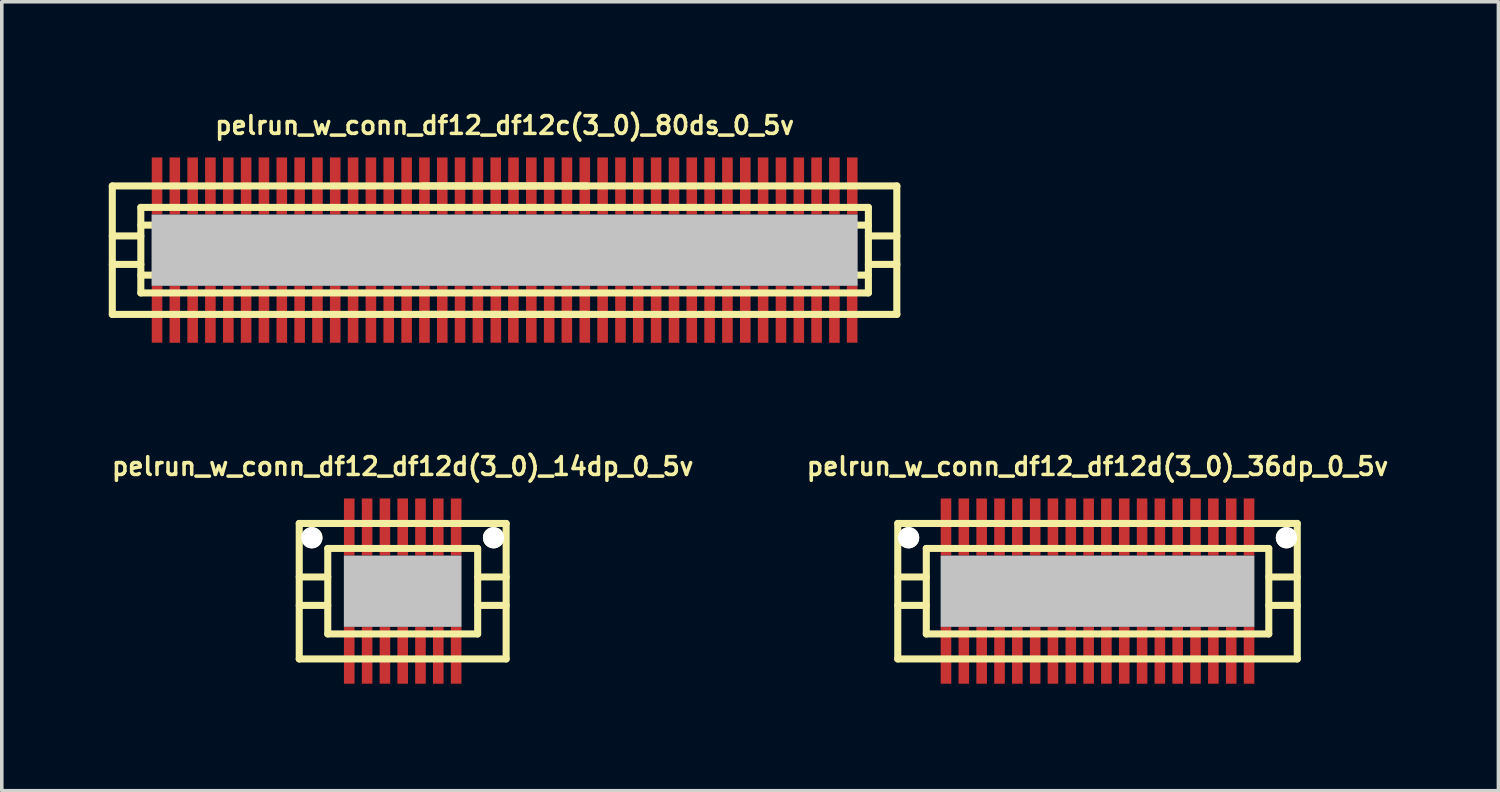
<source format=kicad_pcb>
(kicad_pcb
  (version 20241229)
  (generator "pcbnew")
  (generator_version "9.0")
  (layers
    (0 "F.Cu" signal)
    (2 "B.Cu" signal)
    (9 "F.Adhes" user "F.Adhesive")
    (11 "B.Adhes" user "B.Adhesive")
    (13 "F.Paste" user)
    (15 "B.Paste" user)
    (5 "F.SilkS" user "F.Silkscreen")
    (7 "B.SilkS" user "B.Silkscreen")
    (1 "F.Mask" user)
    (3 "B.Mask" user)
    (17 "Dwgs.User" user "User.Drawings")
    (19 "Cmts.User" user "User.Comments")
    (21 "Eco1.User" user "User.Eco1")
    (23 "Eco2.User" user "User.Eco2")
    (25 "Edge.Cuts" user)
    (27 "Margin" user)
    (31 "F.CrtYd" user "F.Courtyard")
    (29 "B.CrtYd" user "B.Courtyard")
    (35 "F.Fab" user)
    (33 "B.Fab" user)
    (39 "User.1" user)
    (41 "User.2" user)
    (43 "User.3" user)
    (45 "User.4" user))
  (footprint "pelrun_w_conn_df12_df12d(3_0)_14dp_0_5v"
    (layer "F.Cu")
    (at 8.242 13.528)
    (property "Reference" "pelrun_w_conn_df12_df12d(3_0)_14dp_0_5v" (at 0 -3.5 0) (layer "F.SilkS") (effects (font (size 0.498 0.498) (thickness 0.099))))
    (attr through_hole)
    (fp_line (start -2.901 -1.9) (end -2.901 1.9) (stroke (width 0.198) (type solid)) (layer "F.SilkS"))
    (fp_line (start -2.901 -1.9) (end 2.901 -1.9) (stroke (width 0.198) (type solid)) (layer "F.SilkS"))
    (fp_line (start -2.101 -0.399) (end -2.901 -0.399) (stroke (width 0.198) (type solid)) (layer "F.SilkS"))
    (fp_line (start -2.101 0.399) (end -2.901 0.399) (stroke (width 0.198) (type solid)) (layer "F.SilkS"))
    (fp_line (start -2.101 1.199) (end -2.101 -1.199) (stroke (width 0.198) (type solid)) (layer "F.SilkS"))
    (fp_line (start -2.101 1.199) (end 2.101 1.199) (stroke (width 0.198) (type solid)) (layer "F.SilkS"))
    (fp_line (start 2.101 -1.199) (end -2.101 -1.199) (stroke (width 0.198) (type solid)) (layer "F.SilkS"))
    (fp_line (start 2.103 -1.199) (end 2.103 1.199) (stroke (width 0.198) (type solid)) (layer "F.SilkS"))
    (fp_line (start 2.103 -0.399) (end 2.903 -0.399) (stroke (width 0.198) (type solid)) (layer "F.SilkS"))
    (fp_line (start 2.901 1.9) (end -2.901 1.9) (stroke (width 0.198) (type solid)) (layer "F.SilkS"))
    (fp_line (start 2.901 1.9) (end 2.901 -1.9) (stroke (width 0.198) (type solid)) (layer "F.SilkS"))
    (fp_line (start 2.903 0.399) (end 2.103 0.399) (stroke (width 0.198) (type solid)) (layer "F.SilkS"))
    (pad "" np_thru_hole circle (at -2.548 -1.499) (size 0.597 0.597) (drill 0.597) (layers "*.Cu" "*.Mask" "F.SilkS"))
    (pad "" smd rect (at 0 0) (size 3.299 1.999) (layers "Dwgs.User"))
    (pad "" np_thru_hole circle (at 2.548 -1.499) (size 0.597 0.597) (drill 0.597) (layers "*.Cu" "*.Mask" "F.SilkS"))
    (pad "1" smd rect (at 1.499 1.796) (size 0.297 1.598) (layers "F.Cu" "F.Mask" "F.Paste"))
    (pad "2" smd rect (at 0.998 1.796) (size 0.297 1.598) (layers "F.Cu" "F.Mask" "F.Paste"))
    (pad "3" smd rect (at 0.498 1.796) (size 0.297 1.598) (layers "F.Cu" "F.Mask" "F.Paste"))
    (pad "4" smd rect (at 0 1.796) (size 0.297 1.598) (layers "F.Cu" "F.Mask" "F.Paste"))
    (pad "5" smd rect (at -0.498 1.796) (size 0.297 1.598) (layers "F.Cu" "F.Mask" "F.Paste"))
    (pad "6" smd rect (at -0.998 1.796) (size 0.297 1.598) (layers "F.Cu" "F.Mask" "F.Paste"))
    (pad "7" smd rect (at -1.499 1.796) (size 0.297 1.598) (layers "F.Cu" "F.Mask" "F.Paste"))
    (pad "8" smd rect (at -1.499 -1.801) (size 0.297 1.598) (layers "F.Cu" "F.Mask" "F.Paste"))
    (pad "9" smd rect (at -0.998 -1.801) (size 0.297 1.598) (layers "F.Cu" "F.Mask" "F.Paste"))
    (pad "10" smd rect (at -0.498 -1.801) (size 0.297 1.598) (layers "F.Cu" "F.Mask" "F.Paste"))
    (pad "11" smd rect (at 0 -1.801) (size 0.297 1.598) (layers "F.Cu" "F.Mask" "F.Paste"))
    (pad "12" smd rect (at 0.498 -1.801) (size 0.297 1.598) (layers "F.Cu" "F.Mask" "F.Paste"))
    (pad "13" smd rect (at 0.998 -1.801) (size 0.297 1.598) (layers "F.Cu" "F.Mask" "F.Paste"))
    (pad "14" smd rect (at 1.499 -1.801) (size 0.297 1.598) (layers "F.Cu" "F.Mask" "F.Paste")))
  (footprint "pelrun_w_conn_df12_df12d(3_0)_36dp_0_5v"
    (layer "F.Cu")
    (at 27.726 13.528)
    (property "Reference" "pelrun_w_conn_df12_df12d(3_0)_36dp_0_5v" (at 0 -3.5 0) (layer "F.SilkS") (effects (font (size 0.498 0.498) (thickness 0.099))))
    (attr through_hole)
    (fp_line (start -5.601 -1.9) (end -5.601 1.9) (stroke (width 0.198) (type solid)) (layer "F.SilkS"))
    (fp_line (start -5.601 -1.9) (end 5.601 -1.9) (stroke (width 0.198) (type solid)) (layer "F.SilkS"))
    (fp_line (start -4.801 -0.399) (end -5.601 -0.399) (stroke (width 0.198) (type solid)) (layer "F.SilkS"))
    (fp_line (start -4.801 0.399) (end -5.601 0.399) (stroke (width 0.198) (type solid)) (layer "F.SilkS"))
    (fp_line (start -4.801 1.199) (end -4.801 -1.199) (stroke (width 0.198) (type solid)) (layer "F.SilkS"))
    (fp_line (start -4.801 1.199) (end 4.801 1.199) (stroke (width 0.198) (type solid)) (layer "F.SilkS"))
    (fp_line (start 4.801 -1.199) (end -4.801 -1.199) (stroke (width 0.198) (type solid)) (layer "F.SilkS"))
    (fp_line (start 4.803 -1.199) (end 4.803 1.199) (stroke (width 0.198) (type solid)) (layer "F.SilkS"))
    (fp_line (start 4.803 -0.399) (end 5.603 -0.399) (stroke (width 0.198) (type solid)) (layer "F.SilkS"))
    (fp_line (start 5.601 1.9) (end -5.601 1.9) (stroke (width 0.198) (type solid)) (layer "F.SilkS"))
    (fp_line (start 5.601 1.9) (end 5.601 -1.9) (stroke (width 0.198) (type solid)) (layer "F.SilkS"))
    (fp_line (start 5.603 0.399) (end 4.803 0.399) (stroke (width 0.198) (type solid)) (layer "F.SilkS"))
    (pad "" np_thru_hole circle (at -5.298 -1.499) (size 0.597 0.597) (drill 0.597) (layers "*.Cu" "*.Mask" "F.SilkS"))
    (pad "" smd rect (at 0 0) (size 8.799 1.999) (layers "Dwgs.User"))
    (pad "" np_thru_hole circle (at 5.298 -1.499) (size 0.597 0.597) (drill 0.597) (layers "*.Cu" "*.Mask" "F.SilkS"))
    (pad "1" smd rect (at 4.249 1.796) (size 0.297 1.598) (layers "F.Cu" "F.Mask" "F.Paste"))
    (pad "2" smd rect (at 3.749 1.796) (size 0.297 1.598) (layers "F.Cu" "F.Mask" "F.Paste"))
    (pad "3" smd rect (at 3.249 1.796) (size 0.297 1.598) (layers "F.Cu" "F.Mask" "F.Paste"))
    (pad "4" smd rect (at 2.748 1.796) (size 0.297 1.598) (layers "F.Cu" "F.Mask" "F.Paste"))
    (pad "5" smd rect (at 2.248 1.796) (size 0.297 1.598) (layers "F.Cu" "F.Mask" "F.Paste"))
    (pad "6" smd rect (at 1.748 1.796) (size 0.297 1.598) (layers "F.Cu" "F.Mask" "F.Paste"))
    (pad "7" smd rect (at 1.25 1.796) (size 0.297 1.598) (layers "F.Cu" "F.Mask" "F.Paste"))
    (pad "8" smd rect (at 0.749 1.796) (size 0.297 1.598) (layers "F.Cu" "F.Mask" "F.Paste"))
    (pad "9" smd rect (at 0.249 1.796) (size 0.297 1.598) (layers "F.Cu" "F.Mask" "F.Paste"))
    (pad "10" smd rect (at -0.249 1.796) (size 0.297 1.598) (layers "F.Cu" "F.Mask" "F.Paste"))
    (pad "11" smd rect (at -0.749 1.796) (size 0.297 1.598) (layers "F.Cu" "F.Mask" "F.Paste"))
    (pad "12" smd rect (at -1.25 1.796) (size 0.297 1.598) (layers "F.Cu" "F.Mask" "F.Paste"))
    (pad "13" smd rect (at -1.748 1.796) (size 0.297 1.598) (layers "F.Cu" "F.Mask" "F.Paste"))
    (pad "14" smd rect (at -2.248 1.796) (size 0.297 1.598) (layers "F.Cu" "F.Mask" "F.Paste"))
    (pad "15" smd rect (at -2.748 1.796) (size 0.297 1.598) (layers "F.Cu" "F.Mask" "F.Paste"))
    (pad "16" smd rect (at -3.249 1.796) (size 0.297 1.598) (layers "F.Cu" "F.Mask" "F.Paste"))
    (pad "17" smd rect (at -3.749 1.796) (size 0.297 1.598) (layers "F.Cu" "F.Mask" "F.Paste"))
    (pad "18" smd rect (at -4.249 1.796) (size 0.297 1.598) (layers "F.Cu" "F.Mask" "F.Paste"))
    (pad "19" smd rect (at -4.249 -1.801) (size 0.297 1.598) (layers "F.Cu" "F.Mask" "F.Paste"))
    (pad "20" smd rect (at -3.749 -1.801) (size 0.297 1.598) (layers "F.Cu" "F.Mask" "F.Paste"))
    (pad "21" smd rect (at -3.249 -1.801) (size 0.297 1.598) (layers "F.Cu" "F.Mask" "F.Paste"))
    (pad "22" smd rect (at -2.748 -1.801) (size 0.297 1.598) (layers "F.Cu" "F.Mask" "F.Paste"))
    (pad "23" smd rect (at -2.248 -1.801) (size 0.297 1.598) (layers "F.Cu" "F.Mask" "F.Paste"))
    (pad "24" smd rect (at -1.748 -1.801) (size 0.297 1.598) (layers "F.Cu" "F.Mask" "F.Paste"))
    (pad "25" smd rect (at -1.25 -1.801) (size 0.297 1.598) (layers "F.Cu" "F.Mask" "F.Paste"))
    (pad "26" smd rect (at -0.749 -1.801) (size 0.297 1.598) (layers "F.Cu" "F.Mask" "F.Paste"))
    (pad "27" smd rect (at -0.249 -1.801) (size 0.297 1.598) (layers "F.Cu" "F.Mask" "F.Paste"))
    (pad "28" smd rect (at 0.249 -1.801) (size 0.297 1.598) (layers "F.Cu" "F.Mask" "F.Paste"))
    (pad "29" smd rect (at 0.749 -1.801) (size 0.297 1.598) (layers "F.Cu" "F.Mask" "F.Paste"))
    (pad "30" smd rect (at 1.25 -1.801) (size 0.297 1.598) (layers "F.Cu" "F.Mask" "F.Paste"))
    (pad "31" smd rect (at 1.748 -1.801) (size 0.297 1.598) (layers "F.Cu" "F.Mask" "F.Paste"))
    (pad "32" smd rect (at 2.248 -1.801) (size 0.297 1.598) (layers "F.Cu" "F.Mask" "F.Paste"))
    (pad "33" smd rect (at 2.748 -1.801) (size 0.297 1.598) (layers "F.Cu" "F.Mask" "F.Paste"))
    (pad "34" smd rect (at 3.249 -1.801) (size 0.297 1.598) (layers "F.Cu" "F.Mask" "F.Paste"))
    (pad "35" smd rect (at 3.749 -1.801) (size 0.297 1.598) (layers "F.Cu" "F.Mask" "F.Paste"))
    (pad "36" smd rect (at 4.249 -1.801) (size 0.297 1.598) (layers "F.Cu" "F.Mask" "F.Paste")))
  (footprint "pelrun_w_conn_df12_df12c(3_0)_80ds_0_5v"
    (layer "F.Cu")
    (at 11.1 3.965)
    (property "Reference" "pelrun_w_conn_df12_df12c(3_0)_80ds_0_5v" (at 0 -3.5 0) (layer "F.SilkS") (effects (font (size 0.498 0.498) (thickness 0.099))))
    (attr through_hole)
    (fp_line (start -11.001 -1.801) (end 11.001 -1.801) (stroke (width 0.198) (type solid)) (layer "F.SilkS"))
    (fp_line (start -11.001 1.801) (end -11.001 -1.801) (stroke (width 0.198) (type solid)) (layer "F.SilkS"))
    (fp_line (start -10.201 -0.399) (end -11.001 -0.399) (stroke (width 0.198) (type solid)) (layer "F.SilkS"))
    (fp_line (start -10.201 0.399) (end -11.001 0.399) (stroke (width 0.198) (type solid)) (layer "F.SilkS"))
    (fp_line (start -10.201 0.701) (end 10.201 0.701) (stroke (width 0.198) (type solid)) (layer "F.SilkS"))
    (fp_line (start -10.201 1.199) (end -10.201 -1.199) (stroke (width 0.198) (type solid)) (layer "F.SilkS"))
    (fp_line (start -10.201 1.199) (end 10.201 1.199) (stroke (width 0.198) (type solid)) (layer "F.SilkS"))
    (fp_line (start -2.301 -1.801) (end 2.301 -1.801) (stroke (width 0.198) (type solid)) (layer "F.SilkS"))
    (fp_line (start 2.301 1.801) (end -2.301 1.801) (stroke (width 0.198) (type solid)) (layer "F.SilkS"))
    (fp_line (start 10.201 -1.199) (end -10.201 -1.199) (stroke (width 0.198) (type solid)) (layer "F.SilkS"))
    (fp_line (start 10.201 -1.199) (end 10.201 1.199) (stroke (width 0.198) (type solid)) (layer "F.SilkS"))
    (fp_line (start 10.201 -0.701) (end -10.201 -0.701) (stroke (width 0.198) (type solid)) (layer "F.SilkS"))
    (fp_line (start 10.201 -0.399) (end 11.001 -0.399) (stroke (width 0.198) (type solid)) (layer "F.SilkS"))
    (fp_line (start 10.998 -1.801) (end 10.998 1.801) (stroke (width 0.198) (type solid)) (layer "F.SilkS"))
    (fp_line (start 11.001 0.399) (end 10.201 0.399) (stroke (width 0.198) (type solid)) (layer "F.SilkS"))
    (fp_line (start 11.001 1.801) (end -11.001 1.801) (stroke (width 0.198) (type solid)) (layer "F.SilkS"))
    (pad "" smd rect (at 0 0) (size 19.799 1.999) (layers "Dwgs.User"))
    (pad "1" smd rect (at -9.746 1.796) (size 0.297 1.598) (layers "F.Cu" "F.Mask" "F.Paste"))
    (pad "2" smd rect (at -9.248 1.798) (size 0.297 1.598) (layers "F.Cu" "F.Mask" "F.Paste"))
    (pad "3" smd rect (at -8.748 1.798) (size 0.297 1.598) (layers "F.Cu" "F.Mask" "F.Paste"))
    (pad "4" smd rect (at -8.25 1.798) (size 0.297 1.598) (layers "F.Cu" "F.Mask" "F.Paste"))
    (pad "5" smd rect (at -7.747 1.796) (size 0.297 1.598) (layers "F.Cu" "F.Mask" "F.Paste"))
    (pad "6" smd rect (at -7.249 1.796) (size 0.297 1.598) (layers "F.Cu" "F.Mask" "F.Paste"))
    (pad "7" smd rect (at -6.749 1.798) (size 0.297 1.598) (layers "F.Cu" "F.Mask" "F.Paste"))
    (pad "8" smd rect (at -6.248 1.798) (size 0.297 1.598) (layers "F.Cu" "F.Mask" "F.Paste"))
    (pad "9" smd rect (at -5.748 1.798) (size 0.297 1.598) (layers "F.Cu" "F.Mask" "F.Paste"))
    (pad "10" smd rect (at -5.248 1.798) (size 0.297 1.598) (layers "F.Cu" "F.Mask" "F.Paste"))
    (pad "11" smd rect (at -4.75 1.796) (size 0.297 1.598) (layers "F.Cu" "F.Mask" "F.Paste"))
    (pad "12" smd rect (at -4.249 1.798) (size 0.297 1.598) (layers "F.Cu" "F.Mask" "F.Paste"))
    (pad "13" smd rect (at -3.749 1.798) (size 0.297 1.598) (layers "F.Cu" "F.Mask" "F.Paste"))
    (pad "14" smd rect (at -3.249 1.798) (size 0.297 1.598) (layers "F.Cu" "F.Mask" "F.Paste"))
    (pad "15" smd rect (at -2.748 1.796) (size 0.297 1.598) (layers "F.Cu" "F.Mask" "F.Paste"))
    (pad "16" smd rect (at -2.248 1.798) (size 0.297 1.598) (layers "F.Cu" "F.Mask" "F.Paste"))
    (pad "17" smd rect (at -1.748 1.798) (size 0.297 1.598) (layers "F.Cu" "F.Mask" "F.Paste"))
    (pad "18" smd rect (at -1.25 1.798) (size 0.297 1.598) (layers "F.Cu" "F.Mask" "F.Paste"))
    (pad "19" smd rect (at -0.749 1.798) (size 0.297 1.598) (layers "F.Cu" "F.Mask" "F.Paste"))
    (pad "20" smd rect (at -0.246 1.796) (size 0.297 1.598) (layers "F.Cu" "F.Mask" "F.Paste"))
    (pad "21" smd rect (at 0.246 1.796) (size 0.297 1.598) (layers "F.Cu" "F.Mask" "F.Paste"))
    (pad "22" smd rect (at 0.749 1.796) (size 0.297 1.598) (layers "F.Cu" "F.Mask" "F.Paste"))
    (pad "23" smd rect (at 1.25 1.796) (size 0.297 1.598) (layers "F.Cu" "F.Mask" "F.Paste"))
    (pad "24" smd rect (at 1.745 1.796) (size 0.297 1.598) (layers "F.Cu" "F.Mask" "F.Paste"))
    (pad "25" smd rect (at 2.248 1.796) (size 0.297 1.598) (layers "F.Cu" "F.Mask" "F.Paste"))
    (pad "26" smd rect (at 2.748 1.796) (size 0.297 1.598) (layers "F.Cu" "F.Mask" "F.Paste"))
    (pad "27" smd rect (at 3.249 1.796) (size 0.297 1.598) (layers "F.Cu" "F.Mask" "F.Paste"))
    (pad "28" smd rect (at 3.747 1.796) (size 0.297 1.598) (layers "F.Cu" "F.Mask" "F.Paste"))
    (pad "29" smd rect (at 4.249 1.798) (size 0.297 1.598) (layers "F.Cu" "F.Mask" "F.Paste"))
    (pad "30" smd rect (at 4.75 1.798) (size 0.297 1.598) (layers "F.Cu" "F.Mask" "F.Paste"))
    (pad "31" smd rect (at 5.248 1.798) (size 0.297 1.598) (layers "F.Cu" "F.Mask" "F.Paste"))
    (pad "32" smd rect (at 5.748 1.798) (size 0.297 1.598) (layers "F.Cu" "F.Mask" "F.Paste"))
    (pad "33" smd rect (at 6.248 1.798) (size 0.297 1.598) (layers "F.Cu" "F.Mask" "F.Paste"))
    (pad "34" smd rect (at 6.749 1.796) (size 0.297 1.598) (layers "F.Cu" "F.Mask" "F.Paste"))
    (pad "35" smd rect (at 7.249 1.798) (size 0.297 1.598) (layers "F.Cu" "F.Mask" "F.Paste"))
    (pad "36" smd rect (at 7.75 1.798) (size 0.297 1.598) (layers "F.Cu" "F.Mask" "F.Paste"))
    (pad "37" smd rect (at 8.25 1.798) (size 0.297 1.598) (layers "F.Cu" "F.Mask" "F.Paste"))
    (pad "38" smd rect (at 8.748 1.798) (size 0.297 1.598) (layers "F.Cu" "F.Mask" "F.Paste"))
    (pad "39" smd rect (at 9.248 1.798) (size 0.297 1.598) (layers "F.Cu" "F.Mask" "F.Paste"))
    (pad "40" smd rect (at 9.746 1.796) (size 0.297 1.598) (layers "F.Cu" "F.Mask" "F.Paste"))
    (pad "41" smd rect (at 9.749 -1.801) (size 0.297 1.598) (layers "F.Cu" "F.Mask" "F.Paste"))
    (pad "42" smd rect (at 9.248 -1.801) (size 0.297 1.598) (layers "F.Cu" "F.Mask" "F.Paste"))
    (pad "43" smd rect (at 8.748 -1.801) (size 0.297 1.598) (layers "F.Cu" "F.Mask" "F.Paste"))
    (pad "44" smd rect (at 8.25 -1.801) (size 0.297 1.598) (layers "F.Cu" "F.Mask" "F.Paste"))
    (pad "45" smd rect (at 7.75 -1.801) (size 0.297 1.598) (layers "F.Cu" "F.Mask" "F.Paste"))
    (pad "46" smd rect (at 7.249 -1.801) (size 0.297 1.598) (layers "F.Cu" "F.Mask" "F.Paste"))
    (pad "47" smd rect (at 6.749 -1.801) (size 0.297 1.598) (layers "F.Cu" "F.Mask" "F.Paste"))
    (pad "48" smd rect (at 6.248 -1.801) (size 0.297 1.598) (layers "F.Cu" "F.Mask" "F.Paste"))
    (pad "49" smd rect (at 5.748 -1.801) (size 0.297 1.598) (layers "F.Cu" "F.Mask" "F.Paste"))
    (pad "50" smd rect (at 5.248 -1.801) (size 0.297 1.598) (layers "F.Cu" "F.Mask" "F.Paste"))
    (pad "51" smd rect (at 4.75 -1.801) (size 0.297 1.598) (layers "F.Cu" "F.Mask" "F.Paste"))
    (pad "52" smd rect (at 4.249 -1.801) (size 0.297 1.598) (layers "F.Cu" "F.Mask" "F.Paste"))
    (pad "53" smd rect (at 3.749 -1.801) (size 0.297 1.598) (layers "F.Cu" "F.Mask" "F.Paste"))
    (pad "54" smd rect (at 3.249 -1.801) (size 0.297 1.598) (layers "F.Cu" "F.Mask" "F.Paste"))
    (pad "55" smd rect (at 2.748 -1.801) (size 0.297 1.598) (layers "F.Cu" "F.Mask" "F.Paste"))
    (pad "56" smd rect (at 2.248 -1.801) (size 0.297 1.598) (layers "F.Cu" "F.Mask" "F.Paste"))
    (pad "57" smd rect (at 1.748 -1.801) (size 0.297 1.598) (layers "F.Cu" "F.Mask" "F.Paste"))
    (pad "58" smd rect (at 1.25 -1.801) (size 0.297 1.598) (layers "F.Cu" "F.Mask" "F.Paste"))
    (pad "59" smd rect (at 0.749 -1.801) (size 0.297 1.598) (layers "F.Cu" "F.Mask" "F.Paste"))
    (pad "60" smd rect (at 0.249 -1.801) (size 0.297 1.598) (layers "F.Cu" "F.Mask" "F.Paste"))
    (pad "61" smd rect (at -0.249 -1.801) (size 0.297 1.598) (layers "F.Cu" "F.Mask" "F.Paste"))
    (pad "62" smd rect (at -0.749 -1.801) (size 0.297 1.598) (layers "F.Cu" "F.Mask" "F.Paste"))
    (pad "63" smd rect (at -1.25 -1.801) (size 0.297 1.598) (layers "F.Cu" "F.Mask" "F.Paste"))
    (pad "64" smd rect (at -1.748 -1.801) (size 0.297 1.598) (layers "F.Cu" "F.Mask" "F.Paste"))
    (pad "65" smd rect (at -2.248 -1.801) (size 0.297 1.598) (layers "F.Cu" "F.Mask" "F.Paste"))
    (pad "66" smd rect (at -2.748 -1.801) (size 0.297 1.598) (layers "F.Cu" "F.Mask" "F.Paste"))
    (pad "67" smd rect (at -3.249 -1.801) (size 0.297 1.598) (layers "F.Cu" "F.Mask" "F.Paste"))
    (pad "68" smd rect (at -3.749 -1.801) (size 0.297 1.598) (layers "F.Cu" "F.Mask" "F.Paste"))
    (pad "69" smd rect (at -4.249 -1.801) (size 0.297 1.598) (layers "F.Cu" "F.Mask" "F.Paste"))
    (pad "70" smd rect (at -4.75 -1.801) (size 0.297 1.598) (layers "F.Cu" "F.Mask" "F.Paste"))
    (pad "71" smd rect (at -5.248 -1.801) (size 0.297 1.598) (layers "F.Cu" "F.Mask" "F.Paste"))
    (pad "72" smd rect (at -5.748 -1.801) (size 0.297 1.598) (layers "F.Cu" "F.Mask" "F.Paste"))
    (pad "73" smd rect (at -6.248 -1.801) (size 0.297 1.598) (layers "F.Cu" "F.Mask" "F.Paste"))
    (pad "74" smd rect (at -6.749 -1.801) (size 0.297 1.598) (layers "F.Cu" "F.Mask" "F.Paste"))
    (pad "75" smd rect (at -7.249 -1.801) (size 0.297 1.598) (layers "F.Cu" "F.Mask" "F.Paste"))
    (pad "76" smd rect (at -7.75 -1.801) (size 0.297 1.598) (layers "F.Cu" "F.Mask" "F.Paste"))
    (pad "77" smd rect (at -8.25 -1.801) (size 0.297 1.598) (layers "F.Cu" "F.Mask" "F.Paste"))
    (pad "78" smd rect (at -8.748 -1.801) (size 0.297 1.598) (layers "F.Cu" "F.Mask" "F.Paste"))
    (pad "79" smd rect (at -9.248 -1.801) (size 0.297 1.598) (layers "F.Cu" "F.Mask" "F.Paste"))
    (pad "80" smd rect (at -9.746 -1.801) (size 0.297 1.598) (layers "F.Cu" "F.Mask" "F.Paste")))
  (gr_rect
    (start -3 -3)
    (end 38.968 19.122)
    (stroke (width 0.1) (type default))
    (fill no)
    (layer "Edge.Cuts")))
</source>
